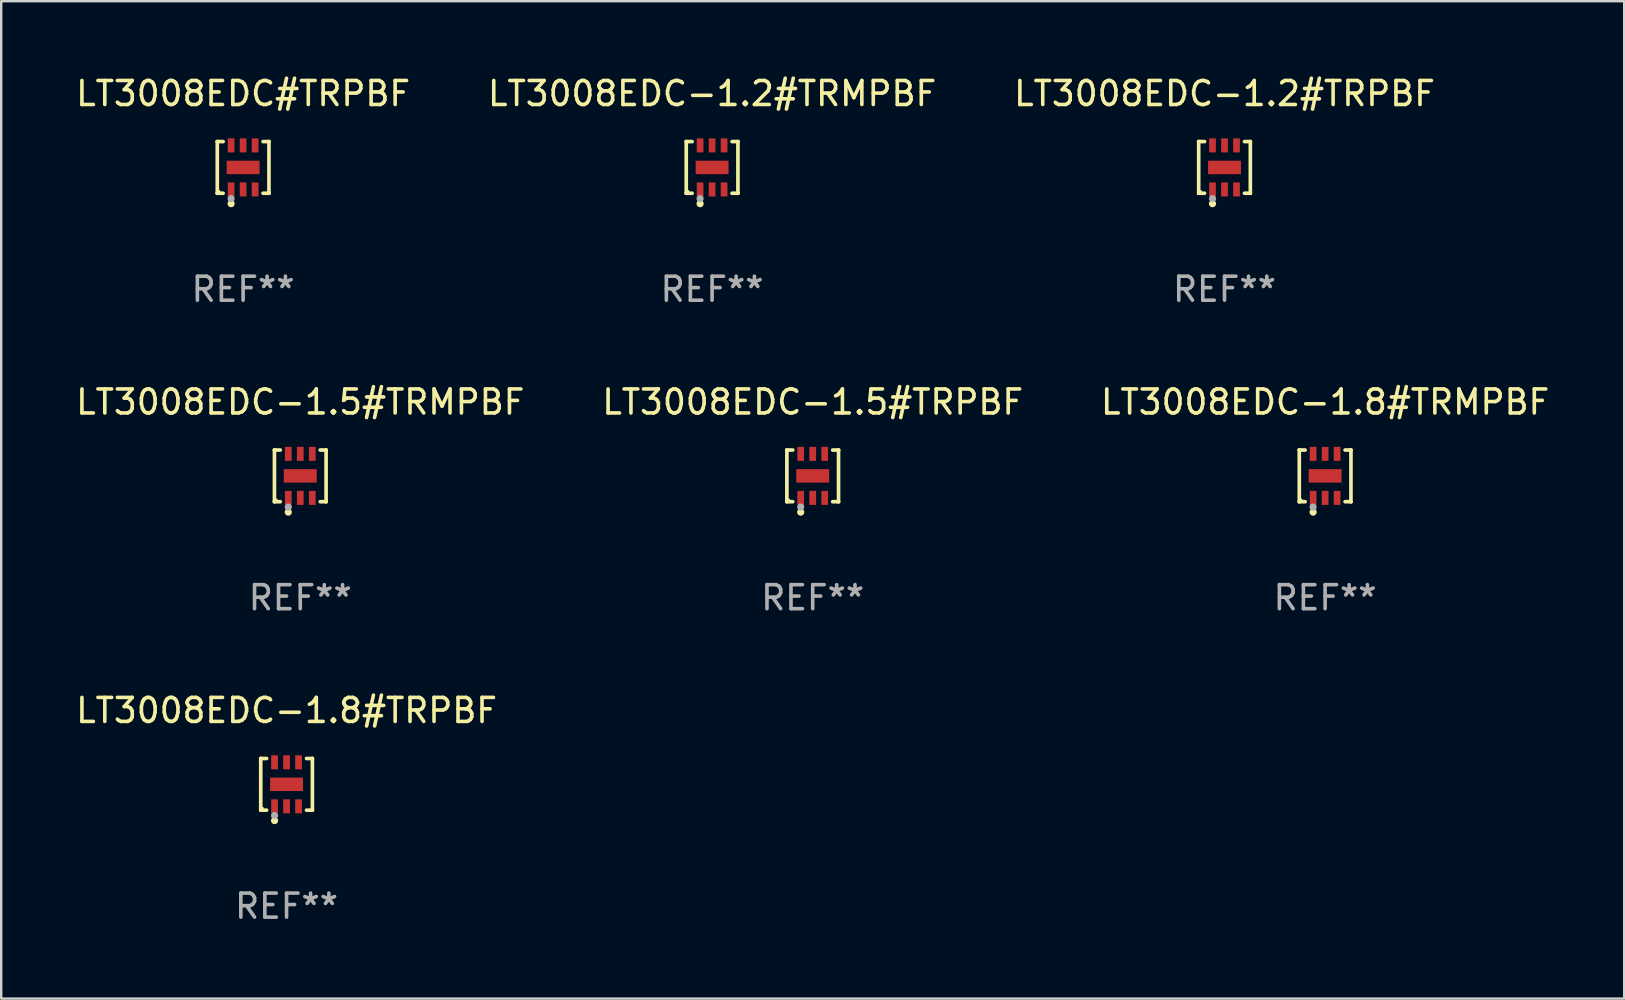
<source format=kicad_pcb>
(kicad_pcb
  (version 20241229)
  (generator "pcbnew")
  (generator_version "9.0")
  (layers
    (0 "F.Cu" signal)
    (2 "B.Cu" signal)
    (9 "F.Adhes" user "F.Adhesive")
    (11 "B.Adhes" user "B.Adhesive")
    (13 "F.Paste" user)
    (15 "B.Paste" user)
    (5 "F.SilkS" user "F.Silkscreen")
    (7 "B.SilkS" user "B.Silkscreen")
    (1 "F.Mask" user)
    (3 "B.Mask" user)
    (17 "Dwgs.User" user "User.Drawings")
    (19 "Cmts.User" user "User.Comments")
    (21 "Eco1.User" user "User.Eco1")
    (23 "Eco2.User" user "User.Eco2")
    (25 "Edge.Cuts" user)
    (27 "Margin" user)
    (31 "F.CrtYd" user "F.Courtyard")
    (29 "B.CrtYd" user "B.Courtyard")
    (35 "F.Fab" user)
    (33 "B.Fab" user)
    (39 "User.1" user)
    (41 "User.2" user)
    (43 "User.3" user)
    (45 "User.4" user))
  (footprint "LT3008EDC-1.8#TRPBF"
    (layer "F.Cu")
    (at 8.887 29.622)
    (property "Reference" "LT3008EDC-1.8#TRPBF" (at 0 -3.076 0) (layer "F.SilkS") (effects (font (size 1 1) (thickness 0.15))))
    (attr through_hole)
    (fp_line (start -1.076 -1.076) (end -1.076 -1.076) (stroke (width 0.152) (type solid)) (layer "F.SilkS"))
    (fp_line (start -1.076 -1.076) (end -0.831 -1.076) (stroke (width 0.152) (type solid)) (layer "F.SilkS"))
    (fp_line (start -1.076 1.076) (end -1.076 -1.076) (stroke (width 0.152) (type solid)) (layer "F.SilkS"))
    (fp_line (start -1.076 1.076) (end -1.076 1.076) (stroke (width 0.152) (type solid)) (layer "F.SilkS"))
    (fp_line (start -0.831 1.076) (end -1.076 1.076) (stroke (width 0.152) (type solid)) (layer "F.SilkS"))
    (fp_line (start 0.831 1.076) (end 1.076 1.076) (stroke (width 0.152) (type solid)) (layer "F.SilkS"))
    (fp_line (start 1.076 -1.076) (end 0.831 -1.076) (stroke (width 0.152) (type solid)) (layer "F.SilkS"))
    (fp_line (start 1.076 -1.076) (end 1.076 -1.076) (stroke (width 0.152) (type solid)) (layer "F.SilkS"))
    (fp_line (start 1.076 1.076) (end 1.076 -1.076) (stroke (width 0.152) (type solid)) (layer "F.SilkS"))
    (fp_line (start 1.076 1.076) (end 1.076 1.076) (stroke (width 0.152) (type solid)) (layer "F.SilkS"))
    (fp_circle (center -1 1) (end -0.97 1) (stroke (width 0.06) (type solid)) (fill no) (layer "F.SilkS"))
    (fp_circle (center -0.5 1.51) (end -0.425 1.51) (stroke (width 0.15) (type solid)) (fill no) (layer "F.SilkS"))
    (fp_circle (center -0.5 1.3) (end -0.425 1.3) (stroke (width 0.15) (type solid)) (fill no) (layer "F.Fab"))
    (fp_text user "REF**" (at 0 5.076 0) (layer "F.Fab") (effects (font (size 1 1) (thickness 0.15))))
    (pad "1" smd rect (at -0.5 0.917) (size 0.28 0.585) (layers "F.Cu" "F.Mask" "F.Paste"))
    (pad "2" smd rect (at 0 0.917) (size 0.28 0.585) (layers "F.Cu" "F.Mask" "F.Paste"))
    (pad "3" smd rect (at 0.5 0.917) (size 0.28 0.585) (layers "F.Cu" "F.Mask" "F.Paste"))
    (pad "4" smd rect (at 0.5 -0.917) (size 0.28 0.585) (layers "F.Cu" "F.Mask" "F.Paste"))
    (pad "5" smd rect (at 0 -0.917) (size 0.28 0.585) (layers "F.Cu" "F.Mask" "F.Paste"))
    (pad "6" smd rect (at -0.5 -0.917) (size 0.28 0.585) (layers "F.Cu" "F.Mask" "F.Paste"))
    (pad "7" smd rect (at 0 0) (size 1.37 0.56) (layers "F.Cu" "F.Mask" "F.Paste")))
  (footprint "LT3008EDC-1.2#TRPBF"
    (layer "F.Cu")
    (at 47.958 3.924)
    (property "Reference" "LT3008EDC-1.2#TRPBF" (at 0 -3.076 0) (layer "F.SilkS") (effects (font (size 1 1) (thickness 0.15))))
    (attr through_hole)
    (fp_line (start -1.076 -1.076) (end -1.076 -1.076) (stroke (width 0.152) (type solid)) (layer "F.SilkS"))
    (fp_line (start -1.076 -1.076) (end -0.831 -1.076) (stroke (width 0.152) (type solid)) (layer "F.SilkS"))
    (fp_line (start -1.076 1.076) (end -1.076 -1.076) (stroke (width 0.152) (type solid)) (layer "F.SilkS"))
    (fp_line (start -1.076 1.076) (end -1.076 1.076) (stroke (width 0.152) (type solid)) (layer "F.SilkS"))
    (fp_line (start -0.831 1.076) (end -1.076 1.076) (stroke (width 0.152) (type solid)) (layer "F.SilkS"))
    (fp_line (start 0.831 1.076) (end 1.076 1.076) (stroke (width 0.152) (type solid)) (layer "F.SilkS"))
    (fp_line (start 1.076 -1.076) (end 0.831 -1.076) (stroke (width 0.152) (type solid)) (layer "F.SilkS"))
    (fp_line (start 1.076 -1.076) (end 1.076 -1.076) (stroke (width 0.152) (type solid)) (layer "F.SilkS"))
    (fp_line (start 1.076 1.076) (end 1.076 -1.076) (stroke (width 0.152) (type solid)) (layer "F.SilkS"))
    (fp_line (start 1.076 1.076) (end 1.076 1.076) (stroke (width 0.152) (type solid)) (layer "F.SilkS"))
    (fp_circle (center -1 1) (end -0.97 1) (stroke (width 0.06) (type solid)) (fill no) (layer "F.SilkS"))
    (fp_circle (center -0.5 1.51) (end -0.425 1.51) (stroke (width 0.15) (type solid)) (fill no) (layer "F.SilkS"))
    (fp_circle (center -0.5 1.3) (end -0.425 1.3) (stroke (width 0.15) (type solid)) (fill no) (layer "F.Fab"))
    (fp_text user "REF**" (at 0 5.076 0) (layer "F.Fab") (effects (font (size 1 1) (thickness 0.15))))
    (pad "1" smd rect (at -0.5 0.917) (size 0.28 0.585) (layers "F.Cu" "F.Mask" "F.Paste"))
    (pad "2" smd rect (at 0 0.917) (size 0.28 0.585) (layers "F.Cu" "F.Mask" "F.Paste"))
    (pad "3" smd rect (at 0.5 0.917) (size 0.28 0.585) (layers "F.Cu" "F.Mask" "F.Paste"))
    (pad "4" smd rect (at 0.5 -0.917) (size 0.28 0.585) (layers "F.Cu" "F.Mask" "F.Paste"))
    (pad "5" smd rect (at 0 -0.917) (size 0.28 0.585) (layers "F.Cu" "F.Mask" "F.Paste"))
    (pad "6" smd rect (at -0.5 -0.917) (size 0.28 0.585) (layers "F.Cu" "F.Mask" "F.Paste"))
    (pad "7" smd rect (at 0 0) (size 1.37 0.56) (layers "F.Cu" "F.Mask" "F.Paste")))
  (footprint "LT3008EDC-1.5#TRPBF"
    (layer "F.Cu")
    (at 30.804 16.773)
    (property "Reference" "LT3008EDC-1.5#TRPBF" (at 0 -3.076 0) (layer "F.SilkS") (effects (font (size 1 1) (thickness 0.15))))
    (attr through_hole)
    (fp_line (start -1.076 -1.076) (end -1.076 -1.076) (stroke (width 0.152) (type solid)) (layer "F.SilkS"))
    (fp_line (start -1.076 -1.076) (end -0.831 -1.076) (stroke (width 0.152) (type solid)) (layer "F.SilkS"))
    (fp_line (start -1.076 1.076) (end -1.076 -1.076) (stroke (width 0.152) (type solid)) (layer "F.SilkS"))
    (fp_line (start -1.076 1.076) (end -1.076 1.076) (stroke (width 0.152) (type solid)) (layer "F.SilkS"))
    (fp_line (start -0.831 1.076) (end -1.076 1.076) (stroke (width 0.152) (type solid)) (layer "F.SilkS"))
    (fp_line (start 0.831 1.076) (end 1.076 1.076) (stroke (width 0.152) (type solid)) (layer "F.SilkS"))
    (fp_line (start 1.076 -1.076) (end 0.831 -1.076) (stroke (width 0.152) (type solid)) (layer "F.SilkS"))
    (fp_line (start 1.076 -1.076) (end 1.076 -1.076) (stroke (width 0.152) (type solid)) (layer "F.SilkS"))
    (fp_line (start 1.076 1.076) (end 1.076 -1.076) (stroke (width 0.152) (type solid)) (layer "F.SilkS"))
    (fp_line (start 1.076 1.076) (end 1.076 1.076) (stroke (width 0.152) (type solid)) (layer "F.SilkS"))
    (fp_circle (center -1 1) (end -0.97 1) (stroke (width 0.06) (type solid)) (fill no) (layer "F.SilkS"))
    (fp_circle (center -0.5 1.51) (end -0.425 1.51) (stroke (width 0.15) (type solid)) (fill no) (layer "F.SilkS"))
    (fp_circle (center -0.5 1.3) (end -0.425 1.3) (stroke (width 0.15) (type solid)) (fill no) (layer "F.Fab"))
    (fp_text user "REF**" (at 0 5.076 0) (layer "F.Fab") (effects (font (size 1 1) (thickness 0.15))))
    (pad "1" smd rect (at -0.5 0.917) (size 0.28 0.585) (layers "F.Cu" "F.Mask" "F.Paste"))
    (pad "2" smd rect (at 0 0.917) (size 0.28 0.585) (layers "F.Cu" "F.Mask" "F.Paste"))
    (pad "3" smd rect (at 0.5 0.917) (size 0.28 0.585) (layers "F.Cu" "F.Mask" "F.Paste"))
    (pad "4" smd rect (at 0.5 -0.917) (size 0.28 0.585) (layers "F.Cu" "F.Mask" "F.Paste"))
    (pad "5" smd rect (at 0 -0.917) (size 0.28 0.585) (layers "F.Cu" "F.Mask" "F.Paste"))
    (pad "6" smd rect (at -0.5 -0.917) (size 0.28 0.585) (layers "F.Cu" "F.Mask" "F.Paste"))
    (pad "7" smd rect (at 0 0) (size 1.37 0.56) (layers "F.Cu" "F.Mask" "F.Paste")))
  (footprint "LT3008EDC-1.2#TRMPBF"
    (layer "F.Cu")
    (at 26.613 3.924)
    (property "Reference" "LT3008EDC-1.2#TRMPBF" (at 0 -3.076 0) (layer "F.SilkS") (effects (font (size 1 1) (thickness 0.15))))
    (attr through_hole)
    (fp_line (start -1.076 -1.076) (end -1.076 -1.076) (stroke (width 0.152) (type solid)) (layer "F.SilkS"))
    (fp_line (start -1.076 -1.076) (end -0.831 -1.076) (stroke (width 0.152) (type solid)) (layer "F.SilkS"))
    (fp_line (start -1.076 1.076) (end -1.076 -1.076) (stroke (width 0.152) (type solid)) (layer "F.SilkS"))
    (fp_line (start -1.076 1.076) (end -1.076 1.076) (stroke (width 0.152) (type solid)) (layer "F.SilkS"))
    (fp_line (start -0.831 1.076) (end -1.076 1.076) (stroke (width 0.152) (type solid)) (layer "F.SilkS"))
    (fp_line (start 0.831 1.076) (end 1.076 1.076) (stroke (width 0.152) (type solid)) (layer "F.SilkS"))
    (fp_line (start 1.076 -1.076) (end 0.831 -1.076) (stroke (width 0.152) (type solid)) (layer "F.SilkS"))
    (fp_line (start 1.076 -1.076) (end 1.076 -1.076) (stroke (width 0.152) (type solid)) (layer "F.SilkS"))
    (fp_line (start 1.076 1.076) (end 1.076 -1.076) (stroke (width 0.152) (type solid)) (layer "F.SilkS"))
    (fp_line (start 1.076 1.076) (end 1.076 1.076) (stroke (width 0.152) (type solid)) (layer "F.SilkS"))
    (fp_circle (center -1 1) (end -0.97 1) (stroke (width 0.06) (type solid)) (fill no) (layer "F.SilkS"))
    (fp_circle (center -0.5 1.51) (end -0.425 1.51) (stroke (width 0.15) (type solid)) (fill no) (layer "F.SilkS"))
    (fp_circle (center -0.5 1.3) (end -0.425 1.3) (stroke (width 0.15) (type solid)) (fill no) (layer "F.Fab"))
    (fp_text user "REF**" (at 0 5.076 0) (layer "F.Fab") (effects (font (size 1 1) (thickness 0.15))))
    (pad "1" smd rect (at -0.5 0.917) (size 0.28 0.585) (layers "F.Cu" "F.Mask" "F.Paste"))
    (pad "2" smd rect (at 0 0.917) (size 0.28 0.585) (layers "F.Cu" "F.Mask" "F.Paste"))
    (pad "3" smd rect (at 0.5 0.917) (size 0.28 0.585) (layers "F.Cu" "F.Mask" "F.Paste"))
    (pad "4" smd rect (at 0.5 -0.917) (size 0.28 0.585) (layers "F.Cu" "F.Mask" "F.Paste"))
    (pad "5" smd rect (at 0 -0.917) (size 0.28 0.585) (layers "F.Cu" "F.Mask" "F.Paste"))
    (pad "6" smd rect (at -0.5 -0.917) (size 0.28 0.585) (layers "F.Cu" "F.Mask" "F.Paste"))
    (pad "7" smd rect (at 0 0) (size 1.37 0.56) (layers "F.Cu" "F.Mask" "F.Paste")))
  (footprint "LT3008EDC-1.8#TRMPBF"
    (layer "F.Cu")
    (at 52.149 16.773)
    (property "Reference" "LT3008EDC-1.8#TRMPBF" (at 0 -3.076 0) (layer "F.SilkS") (effects (font (size 1 1) (thickness 0.15))))
    (attr through_hole)
    (fp_line (start -1.076 -1.076) (end -1.076 -1.076) (stroke (width 0.152) (type solid)) (layer "F.SilkS"))
    (fp_line (start -1.076 -1.076) (end -0.831 -1.076) (stroke (width 0.152) (type solid)) (layer "F.SilkS"))
    (fp_line (start -1.076 1.076) (end -1.076 -1.076) (stroke (width 0.152) (type solid)) (layer "F.SilkS"))
    (fp_line (start -1.076 1.076) (end -1.076 1.076) (stroke (width 0.152) (type solid)) (layer "F.SilkS"))
    (fp_line (start -0.831 1.076) (end -1.076 1.076) (stroke (width 0.152) (type solid)) (layer "F.SilkS"))
    (fp_line (start 0.831 1.076) (end 1.076 1.076) (stroke (width 0.152) (type solid)) (layer "F.SilkS"))
    (fp_line (start 1.076 -1.076) (end 0.831 -1.076) (stroke (width 0.152) (type solid)) (layer "F.SilkS"))
    (fp_line (start 1.076 -1.076) (end 1.076 -1.076) (stroke (width 0.152) (type solid)) (layer "F.SilkS"))
    (fp_line (start 1.076 1.076) (end 1.076 -1.076) (stroke (width 0.152) (type solid)) (layer "F.SilkS"))
    (fp_line (start 1.076 1.076) (end 1.076 1.076) (stroke (width 0.152) (type solid)) (layer "F.SilkS"))
    (fp_circle (center -1 1) (end -0.97 1) (stroke (width 0.06) (type solid)) (fill no) (layer "F.SilkS"))
    (fp_circle (center -0.5 1.51) (end -0.425 1.51) (stroke (width 0.15) (type solid)) (fill no) (layer "F.SilkS"))
    (fp_circle (center -0.5 1.3) (end -0.425 1.3) (stroke (width 0.15) (type solid)) (fill no) (layer "F.Fab"))
    (fp_text user "REF**" (at 0 5.076 0) (layer "F.Fab") (effects (font (size 1 1) (thickness 0.15))))
    (pad "1" smd rect (at -0.5 0.917) (size 0.28 0.585) (layers "F.Cu" "F.Mask" "F.Paste"))
    (pad "2" smd rect (at 0 0.917) (size 0.28 0.585) (layers "F.Cu" "F.Mask" "F.Paste"))
    (pad "3" smd rect (at 0.5 0.917) (size 0.28 0.585) (layers "F.Cu" "F.Mask" "F.Paste"))
    (pad "4" smd rect (at 0.5 -0.917) (size 0.28 0.585) (layers "F.Cu" "F.Mask" "F.Paste"))
    (pad "5" smd rect (at 0 -0.917) (size 0.28 0.585) (layers "F.Cu" "F.Mask" "F.Paste"))
    (pad "6" smd rect (at -0.5 -0.917) (size 0.28 0.585) (layers "F.Cu" "F.Mask" "F.Paste"))
    (pad "7" smd rect (at 0 0) (size 1.37 0.56) (layers "F.Cu" "F.Mask" "F.Paste")))
  (footprint "LT3008EDC#TRPBF"
    (layer "F.Cu")
    (at 7.077 3.924)
    (property "Reference" "LT3008EDC#TRPBF" (at 0 -3.076 0) (layer "F.SilkS") (effects (font (size 1 1) (thickness 0.15))))
    (attr through_hole)
    (fp_line (start -1.076 -1.076) (end -1.076 -1.076) (stroke (width 0.152) (type solid)) (layer "F.SilkS"))
    (fp_line (start -1.076 -1.076) (end -0.831 -1.076) (stroke (width 0.152) (type solid)) (layer "F.SilkS"))
    (fp_line (start -1.076 1.076) (end -1.076 -1.076) (stroke (width 0.152) (type solid)) (layer "F.SilkS"))
    (fp_line (start -1.076 1.076) (end -1.076 1.076) (stroke (width 0.152) (type solid)) (layer "F.SilkS"))
    (fp_line (start -0.831 1.076) (end -1.076 1.076) (stroke (width 0.152) (type solid)) (layer "F.SilkS"))
    (fp_line (start 0.831 1.076) (end 1.076 1.076) (stroke (width 0.152) (type solid)) (layer "F.SilkS"))
    (fp_line (start 1.076 -1.076) (end 0.831 -1.076) (stroke (width 0.152) (type solid)) (layer "F.SilkS"))
    (fp_line (start 1.076 -1.076) (end 1.076 -1.076) (stroke (width 0.152) (type solid)) (layer "F.SilkS"))
    (fp_line (start 1.076 1.076) (end 1.076 -1.076) (stroke (width 0.152) (type solid)) (layer "F.SilkS"))
    (fp_line (start 1.076 1.076) (end 1.076 1.076) (stroke (width 0.152) (type solid)) (layer "F.SilkS"))
    (fp_circle (center -1 1) (end -0.97 1) (stroke (width 0.06) (type solid)) (fill no) (layer "F.SilkS"))
    (fp_circle (center -0.5 1.51) (end -0.425 1.51) (stroke (width 0.15) (type solid)) (fill no) (layer "F.SilkS"))
    (fp_circle (center -0.5 1.3) (end -0.425 1.3) (stroke (width 0.15) (type solid)) (fill no) (layer "F.Fab"))
    (fp_text user "REF**" (at 0 5.076 0) (layer "F.Fab") (effects (font (size 1 1) (thickness 0.15))))
    (pad "1" smd rect (at -0.5 0.917) (size 0.28 0.585) (layers "F.Cu" "F.Mask" "F.Paste"))
    (pad "2" smd rect (at 0 0.917) (size 0.28 0.585) (layers "F.Cu" "F.Mask" "F.Paste"))
    (pad "3" smd rect (at 0.5 0.917) (size 0.28 0.585) (layers "F.Cu" "F.Mask" "F.Paste"))
    (pad "4" smd rect (at 0.5 -0.917) (size 0.28 0.585) (layers "F.Cu" "F.Mask" "F.Paste"))
    (pad "5" smd rect (at 0 -0.917) (size 0.28 0.585) (layers "F.Cu" "F.Mask" "F.Paste"))
    (pad "6" smd rect (at -0.5 -0.917) (size 0.28 0.585) (layers "F.Cu" "F.Mask" "F.Paste"))
    (pad "7" smd rect (at 0 0) (size 1.37 0.56) (layers "F.Cu" "F.Mask" "F.Paste")))
  (footprint "LT3008EDC-1.5#TRMPBF"
    (layer "F.Cu")
    (at 9.458 16.773)
    (property "Reference" "LT3008EDC-1.5#TRMPBF" (at 0 -3.076 0) (layer "F.SilkS") (effects (font (size 1 1) (thickness 0.15))))
    (attr through_hole)
    (fp_line (start -1.076 -1.076) (end -1.076 -1.076) (stroke (width 0.152) (type solid)) (layer "F.SilkS"))
    (fp_line (start -1.076 -1.076) (end -0.831 -1.076) (stroke (width 0.152) (type solid)) (layer "F.SilkS"))
    (fp_line (start -1.076 1.076) (end -1.076 -1.076) (stroke (width 0.152) (type solid)) (layer "F.SilkS"))
    (fp_line (start -1.076 1.076) (end -1.076 1.076) (stroke (width 0.152) (type solid)) (layer "F.SilkS"))
    (fp_line (start -0.831 1.076) (end -1.076 1.076) (stroke (width 0.152) (type solid)) (layer "F.SilkS"))
    (fp_line (start 0.831 1.076) (end 1.076 1.076) (stroke (width 0.152) (type solid)) (layer "F.SilkS"))
    (fp_line (start 1.076 -1.076) (end 0.831 -1.076) (stroke (width 0.152) (type solid)) (layer "F.SilkS"))
    (fp_line (start 1.076 -1.076) (end 1.076 -1.076) (stroke (width 0.152) (type solid)) (layer "F.SilkS"))
    (fp_line (start 1.076 1.076) (end 1.076 -1.076) (stroke (width 0.152) (type solid)) (layer "F.SilkS"))
    (fp_line (start 1.076 1.076) (end 1.076 1.076) (stroke (width 0.152) (type solid)) (layer "F.SilkS"))
    (fp_circle (center -1 1) (end -0.97 1) (stroke (width 0.06) (type solid)) (fill no) (layer "F.SilkS"))
    (fp_circle (center -0.5 1.51) (end -0.425 1.51) (stroke (width 0.15) (type solid)) (fill no) (layer "F.SilkS"))
    (fp_circle (center -0.5 1.3) (end -0.425 1.3) (stroke (width 0.15) (type solid)) (fill no) (layer "F.Fab"))
    (fp_text user "REF**" (at 0 5.076 0) (layer "F.Fab") (effects (font (size 1 1) (thickness 0.15))))
    (pad "1" smd rect (at -0.5 0.917) (size 0.28 0.585) (layers "F.Cu" "F.Mask" "F.Paste"))
    (pad "2" smd rect (at 0 0.917) (size 0.28 0.585) (layers "F.Cu" "F.Mask" "F.Paste"))
    (pad "3" smd rect (at 0.5 0.917) (size 0.28 0.585) (layers "F.Cu" "F.Mask" "F.Paste"))
    (pad "4" smd rect (at 0.5 -0.917) (size 0.28 0.585) (layers "F.Cu" "F.Mask" "F.Paste"))
    (pad "5" smd rect (at 0 -0.917) (size 0.28 0.585) (layers "F.Cu" "F.Mask" "F.Paste"))
    (pad "6" smd rect (at -0.5 -0.917) (size 0.28 0.585) (layers "F.Cu" "F.Mask" "F.Paste"))
    (pad "7" smd rect (at 0 0) (size 1.37 0.56) (layers "F.Cu" "F.Mask" "F.Paste")))
  (gr_rect
    (start -3 -3)
    (end 64.607 38.547)
    (stroke (width 0.1) (type default))
    (fill no)
    (layer "Edge.Cuts")))
</source>
